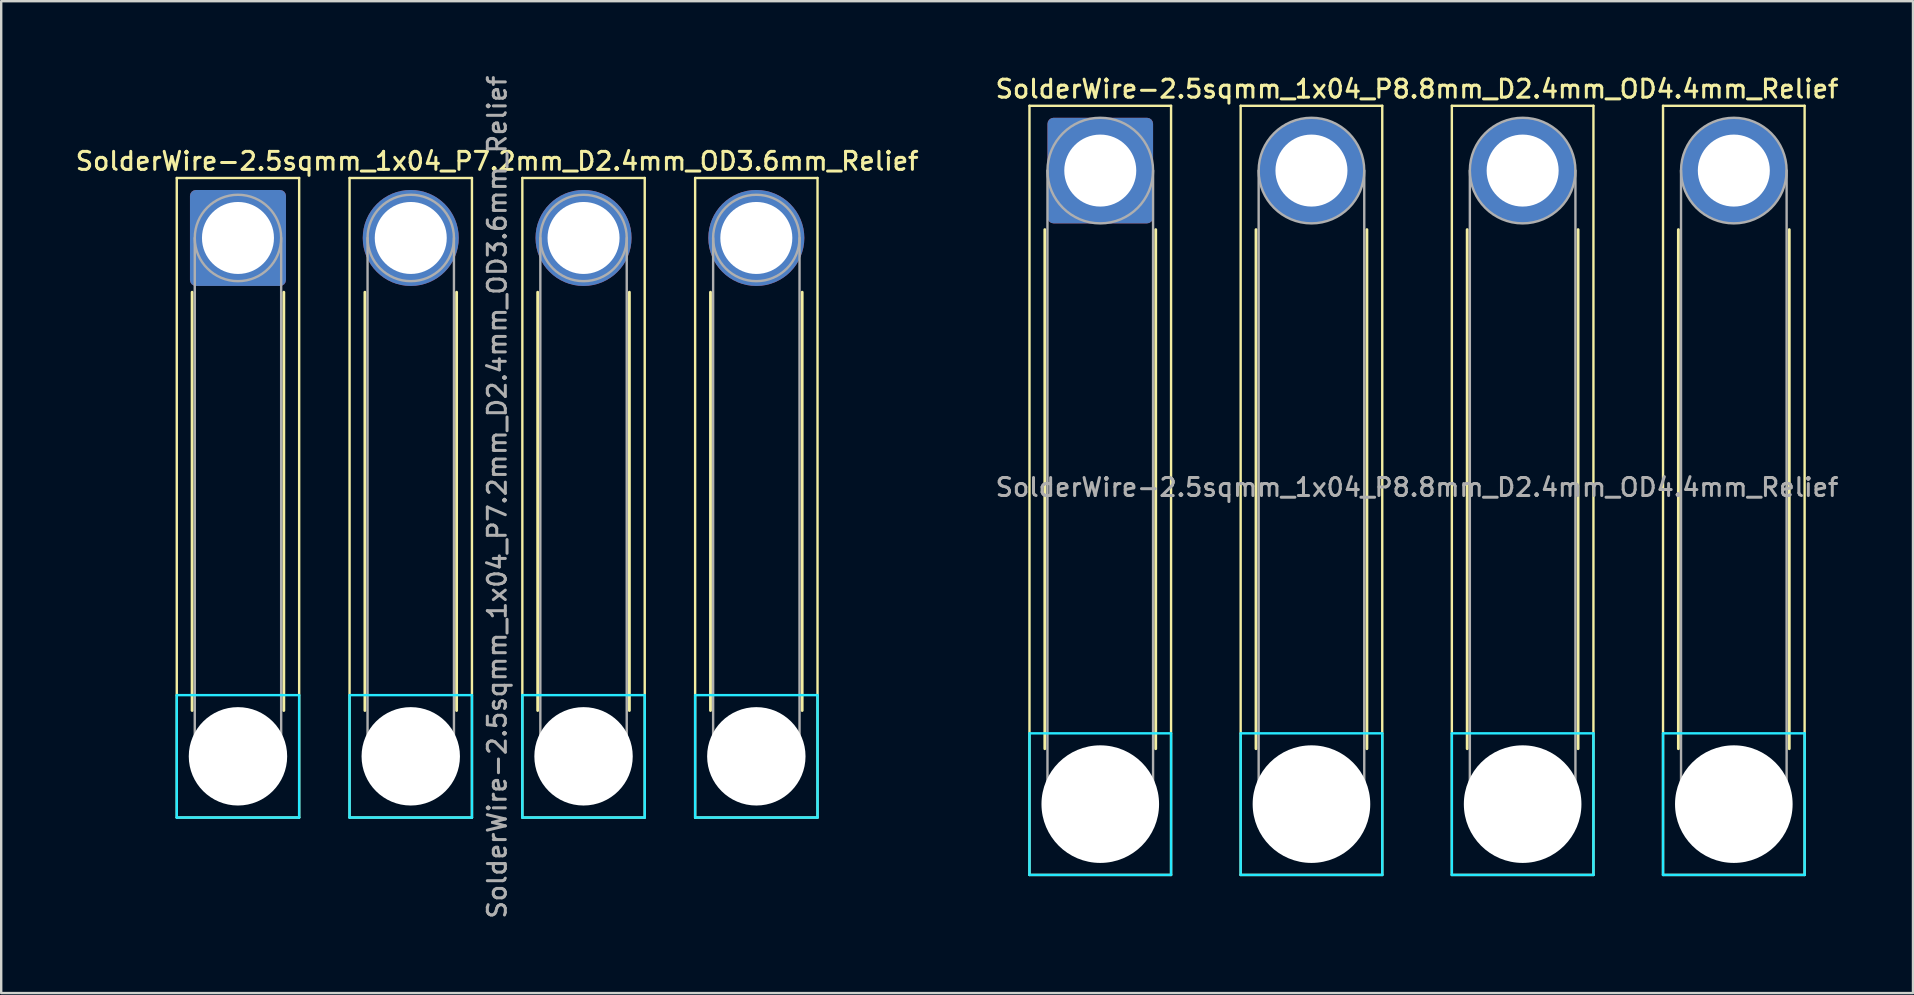
<source format=kicad_pcb>
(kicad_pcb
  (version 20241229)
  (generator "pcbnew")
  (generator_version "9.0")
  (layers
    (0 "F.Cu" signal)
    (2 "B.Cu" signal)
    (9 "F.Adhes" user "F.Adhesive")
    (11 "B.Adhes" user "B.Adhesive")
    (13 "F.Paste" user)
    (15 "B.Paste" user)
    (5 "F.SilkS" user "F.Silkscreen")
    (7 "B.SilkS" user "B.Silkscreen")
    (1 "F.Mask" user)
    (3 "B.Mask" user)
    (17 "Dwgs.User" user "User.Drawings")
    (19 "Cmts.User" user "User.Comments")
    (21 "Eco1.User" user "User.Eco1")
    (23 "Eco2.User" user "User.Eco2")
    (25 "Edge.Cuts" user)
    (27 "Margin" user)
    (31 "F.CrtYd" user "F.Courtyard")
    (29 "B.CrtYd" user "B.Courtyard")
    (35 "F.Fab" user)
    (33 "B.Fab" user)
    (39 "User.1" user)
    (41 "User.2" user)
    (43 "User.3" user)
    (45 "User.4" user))
  (footprint "SolderWire-2.5sqmm_1x04_P7.2mm_D2.4mm_OD3.6mm_Relief"
    (layer "F.Cu")
    (at 6.866 6.866)
    (property "Reference" "SolderWire-2.5sqmm_1x04_P7.2mm_D2.4mm_OD3.6mm_Relief" (at 10.8 -3.2 0) (layer "F.SilkS") (effects (font (size 0.75 0.75) (thickness 0.125))))
    (attr exclude_from_pos_files exclude_from_bom)
    (fp_line (start -2.55 -2.5) (end -2.55 24.15) (stroke (width 0.1) (type solid)) (layer "F.SilkS"))
    (fp_line (start -2.55 24.15) (end 2.55 24.15) (stroke (width 0.1) (type solid)) (layer "F.SilkS"))
    (fp_line (start -1.91 2.26) (end -1.91 19.69) (stroke (width 0.12) (type solid)) (layer "F.SilkS"))
    (fp_line (start 1.91 2.26) (end 1.91 19.69) (stroke (width 0.12) (type solid)) (layer "F.SilkS"))
    (fp_line (start 2.55 -2.5) (end -2.55 -2.5) (stroke (width 0.1) (type solid)) (layer "F.SilkS"))
    (fp_line (start 2.55 24.15) (end 2.55 -2.5) (stroke (width 0.1) (type solid)) (layer "F.SilkS"))
    (fp_line (start 4.65 -2.5) (end 4.65 24.15) (stroke (width 0.1) (type solid)) (layer "F.SilkS"))
    (fp_line (start 4.65 24.15) (end 9.75 24.15) (stroke (width 0.1) (type solid)) (layer "F.SilkS"))
    (fp_line (start 5.29 2.26) (end 5.29 19.69) (stroke (width 0.12) (type solid)) (layer "F.SilkS"))
    (fp_line (start 9.11 2.26) (end 9.11 19.69) (stroke (width 0.12) (type solid)) (layer "F.SilkS"))
    (fp_line (start 9.75 -2.5) (end 4.65 -2.5) (stroke (width 0.1) (type solid)) (layer "F.SilkS"))
    (fp_line (start 9.75 24.15) (end 9.75 -2.5) (stroke (width 0.1) (type solid)) (layer "F.SilkS"))
    (fp_line (start 11.85 -2.5) (end 11.85 24.15) (stroke (width 0.1) (type solid)) (layer "F.SilkS"))
    (fp_line (start 11.85 24.15) (end 16.95 24.15) (stroke (width 0.1) (type solid)) (layer "F.SilkS"))
    (fp_line (start 12.49 2.26) (end 12.49 19.69) (stroke (width 0.12) (type solid)) (layer "F.SilkS"))
    (fp_line (start 16.31 2.26) (end 16.31 19.69) (stroke (width 0.12) (type solid)) (layer "F.SilkS"))
    (fp_line (start 16.95 -2.5) (end 11.85 -2.5) (stroke (width 0.1) (type solid)) (layer "F.SilkS"))
    (fp_line (start 16.95 24.15) (end 16.95 -2.5) (stroke (width 0.1) (type solid)) (layer "F.SilkS"))
    (fp_line (start 19.05 -2.5) (end 19.05 24.15) (stroke (width 0.1) (type solid)) (layer "F.SilkS"))
    (fp_line (start 19.05 24.15) (end 24.15 24.15) (stroke (width 0.1) (type solid)) (layer "F.SilkS"))
    (fp_line (start 19.69 2.26) (end 19.69 19.69) (stroke (width 0.12) (type solid)) (layer "F.SilkS"))
    (fp_line (start 23.51 2.26) (end 23.51 19.69) (stroke (width 0.12) (type solid)) (layer "F.SilkS"))
    (fp_line (start 24.15 -2.5) (end 19.05 -2.5) (stroke (width 0.1) (type solid)) (layer "F.SilkS"))
    (fp_line (start 24.15 24.15) (end 24.15 -2.5) (stroke (width 0.1) (type solid)) (layer "F.SilkS"))
    (fp_line (start -2.55 19.05) (end -2.55 24.15) (stroke (width 0.1) (type solid)) (layer "B.CrtYd"))
    (fp_line (start -2.55 24.15) (end 2.55 24.15) (stroke (width 0.1) (type solid)) (layer "B.CrtYd"))
    (fp_line (start 2.55 19.05) (end -2.55 19.05) (stroke (width 0.1) (type solid)) (layer "B.CrtYd"))
    (fp_line (start 2.55 24.15) (end 2.55 19.05) (stroke (width 0.1) (type solid)) (layer "B.CrtYd"))
    (fp_line (start 4.65 19.05) (end 4.65 24.15) (stroke (width 0.1) (type solid)) (layer "B.CrtYd"))
    (fp_line (start 4.65 24.15) (end 9.75 24.15) (stroke (width 0.1) (type solid)) (layer "B.CrtYd"))
    (fp_line (start 9.75 19.05) (end 4.65 19.05) (stroke (width 0.1) (type solid)) (layer "B.CrtYd"))
    (fp_line (start 9.75 24.15) (end 9.75 19.05) (stroke (width 0.1) (type solid)) (layer "B.CrtYd"))
    (fp_line (start 11.85 19.05) (end 11.85 24.15) (stroke (width 0.1) (type solid)) (layer "B.CrtYd"))
    (fp_line (start 11.85 24.15) (end 16.95 24.15) (stroke (width 0.1) (type solid)) (layer "B.CrtYd"))
    (fp_line (start 16.95 19.05) (end 11.85 19.05) (stroke (width 0.1) (type solid)) (layer "B.CrtYd"))
    (fp_line (start 16.95 24.15) (end 16.95 19.05) (stroke (width 0.1) (type solid)) (layer "B.CrtYd"))
    (fp_line (start 19.05 19.05) (end 19.05 24.15) (stroke (width 0.1) (type solid)) (layer "B.CrtYd"))
    (fp_line (start 19.05 24.15) (end 24.15 24.15) (stroke (width 0.1) (type solid)) (layer "B.CrtYd"))
    (fp_line (start 24.15 19.05) (end 19.05 19.05) (stroke (width 0.1) (type solid)) (layer "B.CrtYd"))
    (fp_line (start 24.15 24.15) (end 24.15 19.05) (stroke (width 0.1) (type solid)) (layer "B.CrtYd"))
    (fp_line (start -1.8 0) (end -1.8 21.6) (stroke (width 0.1) (type solid)) (layer "F.Fab"))
    (fp_line (start 1.8 0) (end 1.8 21.6) (stroke (width 0.1) (type solid)) (layer "F.Fab"))
    (fp_line (start 5.4 0) (end 5.4 21.6) (stroke (width 0.1) (type solid)) (layer "F.Fab"))
    (fp_line (start 9 0) (end 9 21.6) (stroke (width 0.1) (type solid)) (layer "F.Fab"))
    (fp_line (start 12.6 0) (end 12.6 21.6) (stroke (width 0.1) (type solid)) (layer "F.Fab"))
    (fp_line (start 16.2 0) (end 16.2 21.6) (stroke (width 0.1) (type solid)) (layer "F.Fab"))
    (fp_line (start 19.8 0) (end 19.8 21.6) (stroke (width 0.1) (type solid)) (layer "F.Fab"))
    (fp_line (start 23.4 0) (end 23.4 21.6) (stroke (width 0.1) (type solid)) (layer "F.Fab"))
    (fp_circle (center 0 0) (end 1.8 0) (stroke (width 0.1) (type solid)) (fill no) (layer "F.Fab"))
    (fp_circle (center 0 21.6) (end 1.8 21.6) (stroke (width 0.1) (type solid)) (fill no) (layer "F.Fab"))
    (fp_circle (center 7.2 0) (end 9 0) (stroke (width 0.1) (type solid)) (fill no) (layer "F.Fab"))
    (fp_circle (center 7.2 21.6) (end 9 21.6) (stroke (width 0.1) (type solid)) (fill no) (layer "F.Fab"))
    (fp_circle (center 14.4 0) (end 16.2 0) (stroke (width 0.1) (type solid)) (fill no) (layer "F.Fab"))
    (fp_circle (center 14.4 21.6) (end 16.2 21.6) (stroke (width 0.1) (type solid)) (fill no) (layer "F.Fab"))
    (fp_circle (center 21.6 0) (end 23.4 0) (stroke (width 0.1) (type solid)) (fill no) (layer "F.Fab"))
    (fp_circle (center 21.6 21.6) (end 23.4 21.6) (stroke (width 0.1) (type solid)) (fill no) (layer "F.Fab"))
    (fp_text user "${REFERENCE}" (at 10.8 10.8 90) (layer "F.Fab") (effects (font (size 0.75 0.75) (thickness 0.125))))
    (pad "" np_thru_hole circle (at 0 21.6) (size 4.1 4.1) (drill 4.1) (layers "*.Cu" "*.Mask"))
    (pad "" np_thru_hole circle (at 7.2 21.6) (size 4.1 4.1) (drill 4.1) (layers "*.Cu" "*.Mask"))
    (pad "" np_thru_hole circle (at 14.4 21.6) (size 4.1 4.1) (drill 4.1) (layers "*.Cu" "*.Mask"))
    (pad "" np_thru_hole circle (at 21.6 21.6) (size 4.1 4.1) (drill 4.1) (layers "*.Cu" "*.Mask"))
    (pad "1" thru_hole roundrect (at 0 0) (size 4 4) (drill 3) (layers "*.Cu" "*.Mask") (roundrect_rratio 0.062))
    (pad "2" thru_hole circle (at 7.2 0) (size 4 4) (drill 3) (layers "*.Cu" "*.Mask"))
    (pad "3" thru_hole circle (at 14.4 0) (size 4 4) (drill 3) (layers "*.Cu" "*.Mask"))
    (pad "4" thru_hole circle (at 21.6 0) (size 4 4) (drill 3) (layers "*.Cu" "*.Mask")))
  (footprint "SolderWire-2.5sqmm_1x04_P8.8mm_D2.4mm_OD4.4mm_Relief"
    (layer "F.Cu")
    (at 42.798 4.058)
    (property "Reference" "SolderWire-2.5sqmm_1x04_P8.8mm_D2.4mm_OD4.4mm_Relief" (at 13.2 -3.4 0) (layer "F.SilkS") (effects (font (size 0.75 0.75) (thickness 0.125))))
    (attr exclude_from_pos_files exclude_from_bom)
    (fp_line (start -2.95 -2.7) (end -2.95 29.35) (stroke (width 0.1) (type solid)) (layer "F.SilkS"))
    (fp_line (start -2.95 29.35) (end 2.95 29.35) (stroke (width 0.1) (type solid)) (layer "F.SilkS"))
    (fp_line (start -2.31 2.46) (end -2.31 24.09) (stroke (width 0.12) (type solid)) (layer "F.SilkS"))
    (fp_line (start 2.31 2.46) (end 2.31 24.09) (stroke (width 0.12) (type solid)) (layer "F.SilkS"))
    (fp_line (start 2.95 -2.7) (end -2.95 -2.7) (stroke (width 0.1) (type solid)) (layer "F.SilkS"))
    (fp_line (start 2.95 29.35) (end 2.95 -2.7) (stroke (width 0.1) (type solid)) (layer "F.SilkS"))
    (fp_line (start 5.85 -2.7) (end 5.85 29.35) (stroke (width 0.1) (type solid)) (layer "F.SilkS"))
    (fp_line (start 5.85 29.35) (end 11.75 29.35) (stroke (width 0.1) (type solid)) (layer "F.SilkS"))
    (fp_line (start 6.49 2.46) (end 6.49 24.09) (stroke (width 0.12) (type solid)) (layer "F.SilkS"))
    (fp_line (start 11.11 2.46) (end 11.11 24.09) (stroke (width 0.12) (type solid)) (layer "F.SilkS"))
    (fp_line (start 11.75 -2.7) (end 5.85 -2.7) (stroke (width 0.1) (type solid)) (layer "F.SilkS"))
    (fp_line (start 11.75 29.35) (end 11.75 -2.7) (stroke (width 0.1) (type solid)) (layer "F.SilkS"))
    (fp_line (start 14.65 -2.7) (end 14.65 29.35) (stroke (width 0.1) (type solid)) (layer "F.SilkS"))
    (fp_line (start 14.65 29.35) (end 20.55 29.35) (stroke (width 0.1) (type solid)) (layer "F.SilkS"))
    (fp_line (start 15.29 2.46) (end 15.29 24.09) (stroke (width 0.12) (type solid)) (layer "F.SilkS"))
    (fp_line (start 19.91 2.46) (end 19.91 24.09) (stroke (width 0.12) (type solid)) (layer "F.SilkS"))
    (fp_line (start 20.55 -2.7) (end 14.65 -2.7) (stroke (width 0.1) (type solid)) (layer "F.SilkS"))
    (fp_line (start 20.55 29.35) (end 20.55 -2.7) (stroke (width 0.1) (type solid)) (layer "F.SilkS"))
    (fp_line (start 23.45 -2.7) (end 23.45 29.35) (stroke (width 0.1) (type solid)) (layer "F.SilkS"))
    (fp_line (start 23.45 29.35) (end 29.35 29.35) (stroke (width 0.1) (type solid)) (layer "F.SilkS"))
    (fp_line (start 24.09 2.46) (end 24.09 24.09) (stroke (width 0.12) (type solid)) (layer "F.SilkS"))
    (fp_line (start 28.71 2.46) (end 28.71 24.09) (stroke (width 0.12) (type solid)) (layer "F.SilkS"))
    (fp_line (start 29.35 -2.7) (end 23.45 -2.7) (stroke (width 0.1) (type solid)) (layer "F.SilkS"))
    (fp_line (start 29.35 29.35) (end 29.35 -2.7) (stroke (width 0.1) (type solid)) (layer "F.SilkS"))
    (fp_line (start -2.95 23.45) (end -2.95 29.35) (stroke (width 0.1) (type solid)) (layer "B.CrtYd"))
    (fp_line (start -2.95 29.35) (end 2.95 29.35) (stroke (width 0.1) (type solid)) (layer "B.CrtYd"))
    (fp_line (start 2.95 23.45) (end -2.95 23.45) (stroke (width 0.1) (type solid)) (layer "B.CrtYd"))
    (fp_line (start 2.95 29.35) (end 2.95 23.45) (stroke (width 0.1) (type solid)) (layer "B.CrtYd"))
    (fp_line (start 5.85 23.45) (end 5.85 29.35) (stroke (width 0.1) (type solid)) (layer "B.CrtYd"))
    (fp_line (start 5.85 29.35) (end 11.75 29.35) (stroke (width 0.1) (type solid)) (layer "B.CrtYd"))
    (fp_line (start 11.75 23.45) (end 5.85 23.45) (stroke (width 0.1) (type solid)) (layer "B.CrtYd"))
    (fp_line (start 11.75 29.35) (end 11.75 23.45) (stroke (width 0.1) (type solid)) (layer "B.CrtYd"))
    (fp_line (start 14.65 23.45) (end 14.65 29.35) (stroke (width 0.1) (type solid)) (layer "B.CrtYd"))
    (fp_line (start 14.65 29.35) (end 20.55 29.35) (stroke (width 0.1) (type solid)) (layer "B.CrtYd"))
    (fp_line (start 20.55 23.45) (end 14.65 23.45) (stroke (width 0.1) (type solid)) (layer "B.CrtYd"))
    (fp_line (start 20.55 29.35) (end 20.55 23.45) (stroke (width 0.1) (type solid)) (layer "B.CrtYd"))
    (fp_line (start 23.45 23.45) (end 23.45 29.35) (stroke (width 0.1) (type solid)) (layer "B.CrtYd"))
    (fp_line (start 23.45 29.35) (end 29.35 29.35) (stroke (width 0.1) (type solid)) (layer "B.CrtYd"))
    (fp_line (start 29.35 23.45) (end 23.45 23.45) (stroke (width 0.1) (type solid)) (layer "B.CrtYd"))
    (fp_line (start 29.35 29.35) (end 29.35 23.45) (stroke (width 0.1) (type solid)) (layer "B.CrtYd"))
    (fp_line (start -2.2 0) (end -2.2 26.4) (stroke (width 0.1) (type solid)) (layer "F.Fab"))
    (fp_line (start 2.2 0) (end 2.2 26.4) (stroke (width 0.1) (type solid)) (layer "F.Fab"))
    (fp_line (start 6.6 0) (end 6.6 26.4) (stroke (width 0.1) (type solid)) (layer "F.Fab"))
    (fp_line (start 11 0) (end 11 26.4) (stroke (width 0.1) (type solid)) (layer "F.Fab"))
    (fp_line (start 15.4 0) (end 15.4 26.4) (stroke (width 0.1) (type solid)) (layer "F.Fab"))
    (fp_line (start 19.8 0) (end 19.8 26.4) (stroke (width 0.1) (type solid)) (layer "F.Fab"))
    (fp_line (start 24.2 0) (end 24.2 26.4) (stroke (width 0.1) (type solid)) (layer "F.Fab"))
    (fp_line (start 28.6 0) (end 28.6 26.4) (stroke (width 0.1) (type solid)) (layer "F.Fab"))
    (fp_circle (center 0 0) (end 2.2 0) (stroke (width 0.1) (type solid)) (fill no) (layer "F.Fab"))
    (fp_circle (center 0 26.4) (end 2.2 26.4) (stroke (width 0.1) (type solid)) (fill no) (layer "F.Fab"))
    (fp_circle (center 8.8 0) (end 11 0) (stroke (width 0.1) (type solid)) (fill no) (layer "F.Fab"))
    (fp_circle (center 8.8 26.4) (end 11 26.4) (stroke (width 0.1) (type solid)) (fill no) (layer "F.Fab"))
    (fp_circle (center 17.6 0) (end 19.8 0) (stroke (width 0.1) (type solid)) (fill no) (layer "F.Fab"))
    (fp_circle (center 17.6 26.4) (end 19.8 26.4) (stroke (width 0.1) (type solid)) (fill no) (layer "F.Fab"))
    (fp_circle (center 26.4 0) (end 28.6 0) (stroke (width 0.1) (type solid)) (fill no) (layer "F.Fab"))
    (fp_circle (center 26.4 26.4) (end 28.6 26.4) (stroke (width 0.1) (type solid)) (fill no) (layer "F.Fab"))
    (fp_text user "${REFERENCE}" (at 13.2 13.2 0) (layer "F.Fab") (effects (font (size 0.75 0.75) (thickness 0.125))))
    (pad "" np_thru_hole circle (at 0 26.4) (size 4.9 4.9) (drill 4.9) (layers "*.Cu" "*.Mask"))
    (pad "" np_thru_hole circle (at 8.8 26.4) (size 4.9 4.9) (drill 4.9) (layers "*.Cu" "*.Mask"))
    (pad "" np_thru_hole circle (at 17.6 26.4) (size 4.9 4.9) (drill 4.9) (layers "*.Cu" "*.Mask"))
    (pad "" np_thru_hole circle (at 26.4 26.4) (size 4.9 4.9) (drill 4.9) (layers "*.Cu" "*.Mask"))
    (pad "1" thru_hole roundrect (at 0 0) (size 4.4 4.4) (drill 3) (layers "*.Cu" "*.Mask") (roundrect_rratio 0.057))
    (pad "2" thru_hole circle (at 8.8 0) (size 4.4 4.4) (drill 3) (layers "*.Cu" "*.Mask"))
    (pad "3" thru_hole circle (at 17.6 0) (size 4.4 4.4) (drill 3) (layers "*.Cu" "*.Mask"))
    (pad "4" thru_hole circle (at 26.4 0) (size 4.4 4.4) (drill 3) (layers "*.Cu" "*.Mask")))
  (gr_rect
    (start -3 -3)
    (end 76.664 38.332)
    (stroke (width 0.1) (type default))
    (fill no)
    (layer "Edge.Cuts")))
</source>
